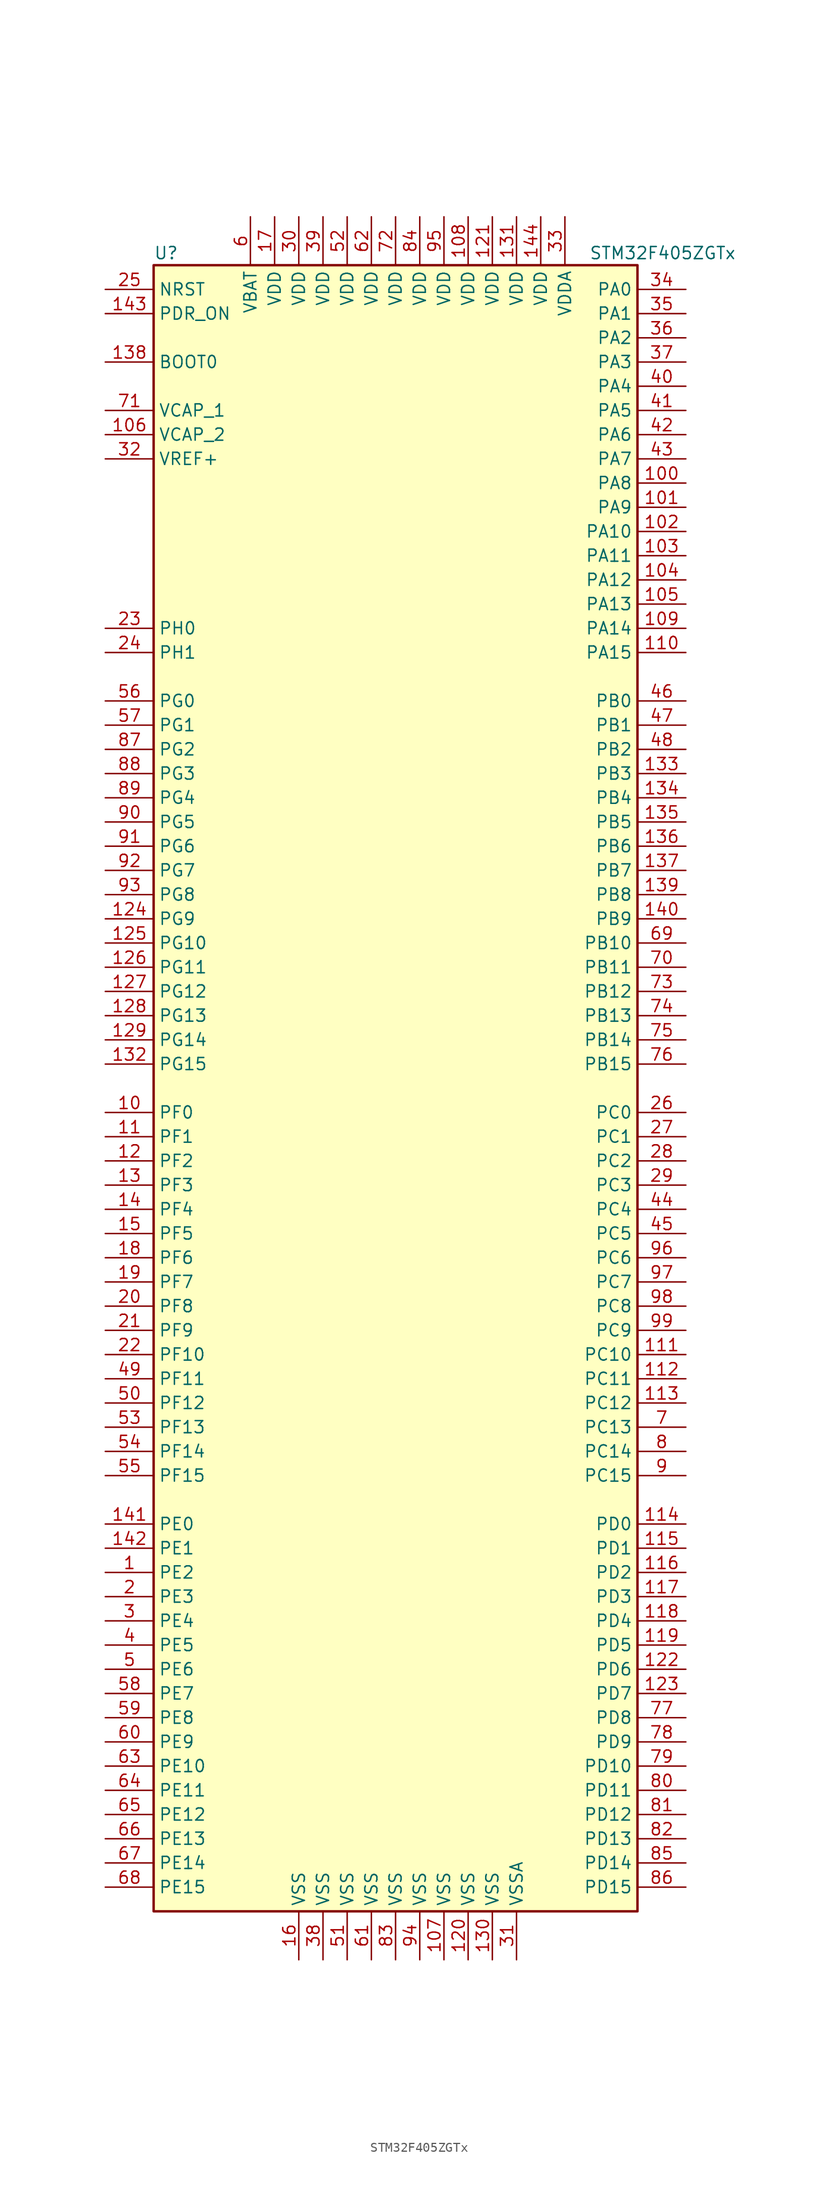
<source format=kicad_sym>
(kicad_symbol_lib
  (version 20201005)
  (generator kicad_symbol_editor)
  (symbol "STM32F405ZGTx"
    (property "Reference" "U"
      (at -25.4 87.63 0)
      (effects (font (size 1.27 1.27)) (justify left)))
    (property "Value" "STM32F405ZGTx"
      (at 20.32 87.63 0)
      (effects (font (size 1.27 1.27)) (justify left)))
    (symbol "STM32F405ZGTx_0_1"
      (rectangle (start -25.4 -86.36) (end 25.4 86.36) (stroke (width 0.254)) (fill (type background))))
    (symbol "STM32F405ZGTx_1_1"
      (pin input line (at -30.48 76.2 0) (length 5.08) (name "BOOT0" (effects (font (size 1.27 1.27)))) (number "138" (effects (font (size 1.27 1.27)))))
      (pin input line (at -30.48 83.82 0) (length 5.08) (name "NRST" (effects (font (size 1.27 1.27)))) (number "25" (effects (font (size 1.27 1.27)))))
      (pin bidirectional line (at 30.48 83.82 180) (length 5.08) (name "PA0" (effects (font (size 1.27 1.27)))) (number "34" (effects (font (size 1.27 1.27)))))
      (pin bidirectional line (at 30.48 81.28 180) (length 5.08) (name "PA1" (effects (font (size 1.27 1.27)))) (number "35" (effects (font (size 1.27 1.27)))))
      (pin bidirectional line (at 30.48 58.42 180) (length 5.08) (name "PA10" (effects (font (size 1.27 1.27)))) (number "102" (effects (font (size 1.27 1.27)))))
      (pin bidirectional line (at 30.48 55.88 180) (length 5.08) (name "PA11" (effects (font (size 1.27 1.27)))) (number "103" (effects (font (size 1.27 1.27)))))
      (pin bidirectional line (at 30.48 53.34 180) (length 5.08) (name "PA12" (effects (font (size 1.27 1.27)))) (number "104" (effects (font (size 1.27 1.27)))))
      (pin bidirectional line (at 30.48 50.8 180) (length 5.08) (name "PA13" (effects (font (size 1.27 1.27)))) (number "105" (effects (font (size 1.27 1.27)))))
      (pin bidirectional line (at 30.48 48.26 180) (length 5.08) (name "PA14" (effects (font (size 1.27 1.27)))) (number "109" (effects (font (size 1.27 1.27)))))
      (pin bidirectional line (at 30.48 45.72 180) (length 5.08) (name "PA15" (effects (font (size 1.27 1.27)))) (number "110" (effects (font (size 1.27 1.27)))))
      (pin bidirectional line (at 30.48 78.74 180) (length 5.08) (name "PA2" (effects (font (size 1.27 1.27)))) (number "36" (effects (font (size 1.27 1.27)))))
      (pin bidirectional line (at 30.48 76.2 180) (length 5.08) (name "PA3" (effects (font (size 1.27 1.27)))) (number "37" (effects (font (size 1.27 1.27)))))
      (pin bidirectional line (at 30.48 73.66 180) (length 5.08) (name "PA4" (effects (font (size 1.27 1.27)))) (number "40" (effects (font (size 1.27 1.27)))))
      (pin bidirectional line (at 30.48 71.12 180) (length 5.08) (name "PA5" (effects (font (size 1.27 1.27)))) (number "41" (effects (font (size 1.27 1.27)))))
      (pin bidirectional line (at 30.48 68.58 180) (length 5.08) (name "PA6" (effects (font (size 1.27 1.27)))) (number "42" (effects (font (size 1.27 1.27)))))
      (pin bidirectional line (at 30.48 66.04 180) (length 5.08) (name "PA7" (effects (font (size 1.27 1.27)))) (number "43" (effects (font (size 1.27 1.27)))))
      (pin bidirectional line (at 30.48 63.5 180) (length 5.08) (name "PA8" (effects (font (size 1.27 1.27)))) (number "100" (effects (font (size 1.27 1.27)))))
      (pin bidirectional line (at 30.48 60.96 180) (length 5.08) (name "PA9" (effects (font (size 1.27 1.27)))) (number "101" (effects (font (size 1.27 1.27)))))
      (pin bidirectional line (at 30.48 40.64 180) (length 5.08) (name "PB0" (effects (font (size 1.27 1.27)))) (number "46" (effects (font (size 1.27 1.27)))))
      (pin bidirectional line (at 30.48 38.1 180) (length 5.08) (name "PB1" (effects (font (size 1.27 1.27)))) (number "47" (effects (font (size 1.27 1.27)))))
      (pin bidirectional line (at 30.48 15.24 180) (length 5.08) (name "PB10" (effects (font (size 1.27 1.27)))) (number "69" (effects (font (size 1.27 1.27)))))
      (pin bidirectional line (at 30.48 12.7 180) (length 5.08) (name "PB11" (effects (font (size 1.27 1.27)))) (number "70" (effects (font (size 1.27 1.27)))))
      (pin bidirectional line (at 30.48 10.16 180) (length 5.08) (name "PB12" (effects (font (size 1.27 1.27)))) (number "73" (effects (font (size 1.27 1.27)))))
      (pin bidirectional line (at 30.48 7.62 180) (length 5.08) (name "PB13" (effects (font (size 1.27 1.27)))) (number "74" (effects (font (size 1.27 1.27)))))
      (pin bidirectional line (at 30.48 5.08 180) (length 5.08) (name "PB14" (effects (font (size 1.27 1.27)))) (number "75" (effects (font (size 1.27 1.27)))))
      (pin bidirectional line (at 30.48 2.54 180) (length 5.08) (name "PB15" (effects (font (size 1.27 1.27)))) (number "76" (effects (font (size 1.27 1.27)))))
      (pin bidirectional line (at 30.48 35.56 180) (length 5.08) (name "PB2" (effects (font (size 1.27 1.27)))) (number "48" (effects (font (size 1.27 1.27)))))
      (pin bidirectional line (at 30.48 33.02 180) (length 5.08) (name "PB3" (effects (font (size 1.27 1.27)))) (number "133" (effects (font (size 1.27 1.27)))))
      (pin bidirectional line (at 30.48 30.48 180) (length 5.08) (name "PB4" (effects (font (size 1.27 1.27)))) (number "134" (effects (font (size 1.27 1.27)))))
      (pin bidirectional line (at 30.48 27.94 180) (length 5.08) (name "PB5" (effects (font (size 1.27 1.27)))) (number "135" (effects (font (size 1.27 1.27)))))
      (pin bidirectional line (at 30.48 25.4 180) (length 5.08) (name "PB6" (effects (font (size 1.27 1.27)))) (number "136" (effects (font (size 1.27 1.27)))))
      (pin bidirectional line (at 30.48 22.86 180) (length 5.08) (name "PB7" (effects (font (size 1.27 1.27)))) (number "137" (effects (font (size 1.27 1.27)))))
      (pin bidirectional line (at 30.48 20.32 180) (length 5.08) (name "PB8" (effects (font (size 1.27 1.27)))) (number "139" (effects (font (size 1.27 1.27)))))
      (pin bidirectional line (at 30.48 17.78 180) (length 5.08) (name "PB9" (effects (font (size 1.27 1.27)))) (number "140" (effects (font (size 1.27 1.27)))))
      (pin bidirectional line (at 30.48 -2.54 180) (length 5.08) (name "PC0" (effects (font (size 1.27 1.27)))) (number "26" (effects (font (size 1.27 1.27)))))
      (pin bidirectional line (at 30.48 -5.08 180) (length 5.08) (name "PC1" (effects (font (size 1.27 1.27)))) (number "27" (effects (font (size 1.27 1.27)))))
      (pin bidirectional line (at 30.48 -27.94 180) (length 5.08) (name "PC10" (effects (font (size 1.27 1.27)))) (number "111" (effects (font (size 1.27 1.27)))))
      (pin bidirectional line (at 30.48 -30.48 180) (length 5.08) (name "PC11" (effects (font (size 1.27 1.27)))) (number "112" (effects (font (size 1.27 1.27)))))
      (pin bidirectional line (at 30.48 -33.02 180) (length 5.08) (name "PC12" (effects (font (size 1.27 1.27)))) (number "113" (effects (font (size 1.27 1.27)))))
      (pin bidirectional line (at 30.48 -35.56 180) (length 5.08) (name "PC13" (effects (font (size 1.27 1.27)))) (number "7" (effects (font (size 1.27 1.27)))))
      (pin bidirectional line (at 30.48 -38.1 180) (length 5.08) (name "PC14" (effects (font (size 1.27 1.27)))) (number "8" (effects (font (size 1.27 1.27)))))
      (pin bidirectional line (at 30.48 -40.64 180) (length 5.08) (name "PC15" (effects (font (size 1.27 1.27)))) (number "9" (effects (font (size 1.27 1.27)))))
      (pin bidirectional line (at 30.48 -7.62 180) (length 5.08) (name "PC2" (effects (font (size 1.27 1.27)))) (number "28" (effects (font (size 1.27 1.27)))))
      (pin bidirectional line (at 30.48 -10.16 180) (length 5.08) (name "PC3" (effects (font (size 1.27 1.27)))) (number "29" (effects (font (size 1.27 1.27)))))
      (pin bidirectional line (at 30.48 -12.7 180) (length 5.08) (name "PC4" (effects (font (size 1.27 1.27)))) (number "44" (effects (font (size 1.27 1.27)))))
      (pin bidirectional line (at 30.48 -15.24 180) (length 5.08) (name "PC5" (effects (font (size 1.27 1.27)))) (number "45" (effects (font (size 1.27 1.27)))))
      (pin bidirectional line (at 30.48 -17.78 180) (length 5.08) (name "PC6" (effects (font (size 1.27 1.27)))) (number "96" (effects (font (size 1.27 1.27)))))
      (pin bidirectional line (at 30.48 -20.32 180) (length 5.08) (name "PC7" (effects (font (size 1.27 1.27)))) (number "97" (effects (font (size 1.27 1.27)))))
      (pin bidirectional line (at 30.48 -22.86 180) (length 5.08) (name "PC8" (effects (font (size 1.27 1.27)))) (number "98" (effects (font (size 1.27 1.27)))))
      (pin bidirectional line (at 30.48 -25.4 180) (length 5.08) (name "PC9" (effects (font (size 1.27 1.27)))) (number "99" (effects (font (size 1.27 1.27)))))
      (pin bidirectional line (at 30.48 -45.72 180) (length 5.08) (name "PD0" (effects (font (size 1.27 1.27)))) (number "114" (effects (font (size 1.27 1.27)))))
      (pin bidirectional line (at 30.48 -48.26 180) (length 5.08) (name "PD1" (effects (font (size 1.27 1.27)))) (number "115" (effects (font (size 1.27 1.27)))))
      (pin bidirectional line (at 30.48 -71.12 180) (length 5.08) (name "PD10" (effects (font (size 1.27 1.27)))) (number "79" (effects (font (size 1.27 1.27)))))
      (pin bidirectional line (at 30.48 -73.66 180) (length 5.08) (name "PD11" (effects (font (size 1.27 1.27)))) (number "80" (effects (font (size 1.27 1.27)))))
      (pin bidirectional line (at 30.48 -76.2 180) (length 5.08) (name "PD12" (effects (font (size 1.27 1.27)))) (number "81" (effects (font (size 1.27 1.27)))))
      (pin bidirectional line (at 30.48 -78.74 180) (length 5.08) (name "PD13" (effects (font (size 1.27 1.27)))) (number "82" (effects (font (size 1.27 1.27)))))
      (pin bidirectional line (at 30.48 -81.28 180) (length 5.08) (name "PD14" (effects (font (size 1.27 1.27)))) (number "85" (effects (font (size 1.27 1.27)))))
      (pin bidirectional line (at 30.48 -83.82 180) (length 5.08) (name "PD15" (effects (font (size 1.27 1.27)))) (number "86" (effects (font (size 1.27 1.27)))))
      (pin bidirectional line (at 30.48 -50.8 180) (length 5.08) (name "PD2" (effects (font (size 1.27 1.27)))) (number "116" (effects (font (size 1.27 1.27)))))
      (pin bidirectional line (at 30.48 -53.34 180) (length 5.08) (name "PD3" (effects (font (size 1.27 1.27)))) (number "117" (effects (font (size 1.27 1.27)))))
      (pin bidirectional line (at 30.48 -55.88 180) (length 5.08) (name "PD4" (effects (font (size 1.27 1.27)))) (number "118" (effects (font (size 1.27 1.27)))))
      (pin bidirectional line (at 30.48 -58.42 180) (length 5.08) (name "PD5" (effects (font (size 1.27 1.27)))) (number "119" (effects (font (size 1.27 1.27)))))
      (pin bidirectional line (at 30.48 -60.96 180) (length 5.08) (name "PD6" (effects (font (size 1.27 1.27)))) (number "122" (effects (font (size 1.27 1.27)))))
      (pin bidirectional line (at 30.48 -63.5 180) (length 5.08) (name "PD7" (effects (font (size 1.27 1.27)))) (number "123" (effects (font (size 1.27 1.27)))))
      (pin bidirectional line (at 30.48 -66.04 180) (length 5.08) (name "PD8" (effects (font (size 1.27 1.27)))) (number "77" (effects (font (size 1.27 1.27)))))
      (pin bidirectional line (at 30.48 -68.58 180) (length 5.08) (name "PD9" (effects (font (size 1.27 1.27)))) (number "78" (effects (font (size 1.27 1.27)))))
      (pin input line (at -30.48 81.28 0) (length 5.08) (name "PDR_ON" (effects (font (size 1.27 1.27)))) (number "143" (effects (font (size 1.27 1.27)))))
      (pin bidirectional line (at -30.48 -45.72 0) (length 5.08) (name "PE0" (effects (font (size 1.27 1.27)))) (number "141" (effects (font (size 1.27 1.27)))))
      (pin bidirectional line (at -30.48 -48.26 0) (length 5.08) (name "PE1" (effects (font (size 1.27 1.27)))) (number "142" (effects (font (size 1.27 1.27)))))
      (pin bidirectional line (at -30.48 -71.12 0) (length 5.08) (name "PE10" (effects (font (size 1.27 1.27)))) (number "63" (effects (font (size 1.27 1.27)))))
      (pin bidirectional line (at -30.48 -73.66 0) (length 5.08) (name "PE11" (effects (font (size 1.27 1.27)))) (number "64" (effects (font (size 1.27 1.27)))))
      (pin bidirectional line (at -30.48 -76.2 0) (length 5.08) (name "PE12" (effects (font (size 1.27 1.27)))) (number "65" (effects (font (size 1.27 1.27)))))
      (pin bidirectional line (at -30.48 -78.74 0) (length 5.08) (name "PE13" (effects (font (size 1.27 1.27)))) (number "66" (effects (font (size 1.27 1.27)))))
      (pin bidirectional line (at -30.48 -81.28 0) (length 5.08) (name "PE14" (effects (font (size 1.27 1.27)))) (number "67" (effects (font (size 1.27 1.27)))))
      (pin bidirectional line (at -30.48 -83.82 0) (length 5.08) (name "PE15" (effects (font (size 1.27 1.27)))) (number "68" (effects (font (size 1.27 1.27)))))
      (pin bidirectional line (at -30.48 -50.8 0) (length 5.08) (name "PE2" (effects (font (size 1.27 1.27)))) (number "1" (effects (font (size 1.27 1.27)))))
      (pin bidirectional line (at -30.48 -53.34 0) (length 5.08) (name "PE3" (effects (font (size 1.27 1.27)))) (number "2" (effects (font (size 1.27 1.27)))))
      (pin bidirectional line (at -30.48 -55.88 0) (length 5.08) (name "PE4" (effects (font (size 1.27 1.27)))) (number "3" (effects (font (size 1.27 1.27)))))
      (pin bidirectional line (at -30.48 -58.42 0) (length 5.08) (name "PE5" (effects (font (size 1.27 1.27)))) (number "4" (effects (font (size 1.27 1.27)))))
      (pin bidirectional line (at -30.48 -60.96 0) (length 5.08) (name "PE6" (effects (font (size 1.27 1.27)))) (number "5" (effects (font (size 1.27 1.27)))))
      (pin bidirectional line (at -30.48 -63.5 0) (length 5.08) (name "PE7" (effects (font (size 1.27 1.27)))) (number "58" (effects (font (size 1.27 1.27)))))
      (pin bidirectional line (at -30.48 -66.04 0) (length 5.08) (name "PE8" (effects (font (size 1.27 1.27)))) (number "59" (effects (font (size 1.27 1.27)))))
      (pin bidirectional line (at -30.48 -68.58 0) (length 5.08) (name "PE9" (effects (font (size 1.27 1.27)))) (number "60" (effects (font (size 1.27 1.27)))))
      (pin bidirectional line (at -30.48 -2.54 0) (length 5.08) (name "PF0" (effects (font (size 1.27 1.27)))) (number "10" (effects (font (size 1.27 1.27)))))
      (pin bidirectional line (at -30.48 -5.08 0) (length 5.08) (name "PF1" (effects (font (size 1.27 1.27)))) (number "11" (effects (font (size 1.27 1.27)))))
      (pin bidirectional line (at -30.48 -27.94 0) (length 5.08) (name "PF10" (effects (font (size 1.27 1.27)))) (number "22" (effects (font (size 1.27 1.27)))))
      (pin bidirectional line (at -30.48 -30.48 0) (length 5.08) (name "PF11" (effects (font (size 1.27 1.27)))) (number "49" (effects (font (size 1.27 1.27)))))
      (pin bidirectional line (at -30.48 -33.02 0) (length 5.08) (name "PF12" (effects (font (size 1.27 1.27)))) (number "50" (effects (font (size 1.27 1.27)))))
      (pin bidirectional line (at -30.48 -35.56 0) (length 5.08) (name "PF13" (effects (font (size 1.27 1.27)))) (number "53" (effects (font (size 1.27 1.27)))))
      (pin bidirectional line (at -30.48 -38.1 0) (length 5.08) (name "PF14" (effects (font (size 1.27 1.27)))) (number "54" (effects (font (size 1.27 1.27)))))
      (pin bidirectional line (at -30.48 -40.64 0) (length 5.08) (name "PF15" (effects (font (size 1.27 1.27)))) (number "55" (effects (font (size 1.27 1.27)))))
      (pin bidirectional line (at -30.48 -7.62 0) (length 5.08) (name "PF2" (effects (font (size 1.27 1.27)))) (number "12" (effects (font (size 1.27 1.27)))))
      (pin bidirectional line (at -30.48 -10.16 0) (length 5.08) (name "PF3" (effects (font (size 1.27 1.27)))) (number "13" (effects (font (size 1.27 1.27)))))
      (pin bidirectional line (at -30.48 -12.7 0) (length 5.08) (name "PF4" (effects (font (size 1.27 1.27)))) (number "14" (effects (font (size 1.27 1.27)))))
      (pin bidirectional line (at -30.48 -15.24 0) (length 5.08) (name "PF5" (effects (font (size 1.27 1.27)))) (number "15" (effects (font (size 1.27 1.27)))))
      (pin bidirectional line (at -30.48 -17.78 0) (length 5.08) (name "PF6" (effects (font (size 1.27 1.27)))) (number "18" (effects (font (size 1.27 1.27)))))
      (pin bidirectional line (at -30.48 -20.32 0) (length 5.08) (name "PF7" (effects (font (size 1.27 1.27)))) (number "19" (effects (font (size 1.27 1.27)))))
      (pin bidirectional line (at -30.48 -22.86 0) (length 5.08) (name "PF8" (effects (font (size 1.27 1.27)))) (number "20" (effects (font (size 1.27 1.27)))))
      (pin bidirectional line (at -30.48 -25.4 0) (length 5.08) (name "PF9" (effects (font (size 1.27 1.27)))) (number "21" (effects (font (size 1.27 1.27)))))
      (pin bidirectional line (at -30.48 40.64 0) (length 5.08) (name "PG0" (effects (font (size 1.27 1.27)))) (number "56" (effects (font (size 1.27 1.27)))))
      (pin bidirectional line (at -30.48 38.1 0) (length 5.08) (name "PG1" (effects (font (size 1.27 1.27)))) (number "57" (effects (font (size 1.27 1.27)))))
      (pin bidirectional line (at -30.48 15.24 0) (length 5.08) (name "PG10" (effects (font (size 1.27 1.27)))) (number "125" (effects (font (size 1.27 1.27)))))
      (pin bidirectional line (at -30.48 12.7 0) (length 5.08) (name "PG11" (effects (font (size 1.27 1.27)))) (number "126" (effects (font (size 1.27 1.27)))))
      (pin bidirectional line (at -30.48 10.16 0) (length 5.08) (name "PG12" (effects (font (size 1.27 1.27)))) (number "127" (effects (font (size 1.27 1.27)))))
      (pin bidirectional line (at -30.48 7.62 0) (length 5.08) (name "PG13" (effects (font (size 1.27 1.27)))) (number "128" (effects (font (size 1.27 1.27)))))
      (pin bidirectional line (at -30.48 5.08 0) (length 5.08) (name "PG14" (effects (font (size 1.27 1.27)))) (number "129" (effects (font (size 1.27 1.27)))))
      (pin bidirectional line (at -30.48 2.54 0) (length 5.08) (name "PG15" (effects (font (size 1.27 1.27)))) (number "132" (effects (font (size 1.27 1.27)))))
      (pin bidirectional line (at -30.48 35.56 0) (length 5.08) (name "PG2" (effects (font (size 1.27 1.27)))) (number "87" (effects (font (size 1.27 1.27)))))
      (pin bidirectional line (at -30.48 33.02 0) (length 5.08) (name "PG3" (effects (font (size 1.27 1.27)))) (number "88" (effects (font (size 1.27 1.27)))))
      (pin bidirectional line (at -30.48 30.48 0) (length 5.08) (name "PG4" (effects (font (size 1.27 1.27)))) (number "89" (effects (font (size 1.27 1.27)))))
      (pin bidirectional line (at -30.48 27.94 0) (length 5.08) (name "PG5" (effects (font (size 1.27 1.27)))) (number "90" (effects (font (size 1.27 1.27)))))
      (pin bidirectional line (at -30.48 25.4 0) (length 5.08) (name "PG6" (effects (font (size 1.27 1.27)))) (number "91" (effects (font (size 1.27 1.27)))))
      (pin bidirectional line (at -30.48 22.86 0) (length 5.08) (name "PG7" (effects (font (size 1.27 1.27)))) (number "92" (effects (font (size 1.27 1.27)))))
      (pin bidirectional line (at -30.48 20.32 0) (length 5.08) (name "PG8" (effects (font (size 1.27 1.27)))) (number "93" (effects (font (size 1.27 1.27)))))
      (pin bidirectional line (at -30.48 17.78 0) (length 5.08) (name "PG9" (effects (font (size 1.27 1.27)))) (number "124" (effects (font (size 1.27 1.27)))))
      (pin input line (at -30.48 48.26 0) (length 5.08) (name "PH0" (effects (font (size 1.27 1.27)))) (number "23" (effects (font (size 1.27 1.27)))))
      (pin input line (at -30.48 45.72 0) (length 5.08) (name "PH1" (effects (font (size 1.27 1.27)))) (number "24" (effects (font (size 1.27 1.27)))))
      (pin power_in line (at -15.24 91.44 270) (length 5.08) (name "VBAT" (effects (font (size 1.27 1.27)))) (number "6" (effects (font (size 1.27 1.27)))))
      (pin power_in line (at -30.48 71.12 0) (length 5.08) (name "VCAP_1" (effects (font (size 1.27 1.27)))) (number "71" (effects (font (size 1.27 1.27)))))
      (pin power_in line (at -30.48 68.58 0) (length 5.08) (name "VCAP_2" (effects (font (size 1.27 1.27)))) (number "106" (effects (font (size 1.27 1.27)))))
      (pin power_in line (at 7.62 91.44 270) (length 5.08) (name "VDD" (effects (font (size 1.27 1.27)))) (number "108" (effects (font (size 1.27 1.27)))))
      (pin power_in line (at 10.16 91.44 270) (length 5.08) (name "VDD" (effects (font (size 1.27 1.27)))) (number "121" (effects (font (size 1.27 1.27)))))
      (pin power_in line (at 12.7 91.44 270) (length 5.08) (name "VDD" (effects (font (size 1.27 1.27)))) (number "131" (effects (font (size 1.27 1.27)))))
      (pin power_in line (at 15.24 91.44 270) (length 5.08) (name "VDD" (effects (font (size 1.27 1.27)))) (number "144" (effects (font (size 1.27 1.27)))))
      (pin power_in line (at -12.7 91.44 270) (length 5.08) (name "VDD" (effects (font (size 1.27 1.27)))) (number "17" (effects (font (size 1.27 1.27)))))
      (pin power_in line (at -10.16 91.44 270) (length 5.08) (name "VDD" (effects (font (size 1.27 1.27)))) (number "30" (effects (font (size 1.27 1.27)))))
      (pin power_in line (at -7.62 91.44 270) (length 5.08) (name "VDD" (effects (font (size 1.27 1.27)))) (number "39" (effects (font (size 1.27 1.27)))))
      (pin power_in line (at -5.08 91.44 270) (length 5.08) (name "VDD" (effects (font (size 1.27 1.27)))) (number "52" (effects (font (size 1.27 1.27)))))
      (pin power_in line (at -2.54 91.44 270) (length 5.08) (name "VDD" (effects (font (size 1.27 1.27)))) (number "62" (effects (font (size 1.27 1.27)))))
      (pin power_in line (at 0 91.44 270) (length 5.08) (name "VDD" (effects (font (size 1.27 1.27)))) (number "72" (effects (font (size 1.27 1.27)))))
      (pin power_in line (at 2.54 91.44 270) (length 5.08) (name "VDD" (effects (font (size 1.27 1.27)))) (number "84" (effects (font (size 1.27 1.27)))))
      (pin power_in line (at 5.08 91.44 270) (length 5.08) (name "VDD" (effects (font (size 1.27 1.27)))) (number "95" (effects (font (size 1.27 1.27)))))
      (pin power_in line (at 17.78 91.44 270) (length 5.08) (name "VDDA" (effects (font (size 1.27 1.27)))) (number "33" (effects (font (size 1.27 1.27)))))
      (pin power_in line (at -30.48 66.04 0) (length 5.08) (name "VREF+" (effects (font (size 1.27 1.27)))) (number "32" (effects (font (size 1.27 1.27)))))
      (pin power_in line (at 5.08 -91.44 90) (length 5.08) (name "VSS" (effects (font (size 1.27 1.27)))) (number "107" (effects (font (size 1.27 1.27)))))
      (pin power_in line (at 7.62 -91.44 90) (length 5.08) (name "VSS" (effects (font (size 1.27 1.27)))) (number "120" (effects (font (size 1.27 1.27)))))
      (pin power_in line (at 10.16 -91.44 90) (length 5.08) (name "VSS" (effects (font (size 1.27 1.27)))) (number "130" (effects (font (size 1.27 1.27)))))
      (pin power_in line (at -10.16 -91.44 90) (length 5.08) (name "VSS" (effects (font (size 1.27 1.27)))) (number "16" (effects (font (size 1.27 1.27)))))
      (pin power_in line (at -7.62 -91.44 90) (length 5.08) (name "VSS" (effects (font (size 1.27 1.27)))) (number "38" (effects (font (size 1.27 1.27)))))
      (pin power_in line (at -5.08 -91.44 90) (length 5.08) (name "VSS" (effects (font (size 1.27 1.27)))) (number "51" (effects (font (size 1.27 1.27)))))
      (pin power_in line (at -2.54 -91.44 90) (length 5.08) (name "VSS" (effects (font (size 1.27 1.27)))) (number "61" (effects (font (size 1.27 1.27)))))
      (pin power_in line (at 0 -91.44 90) (length 5.08) (name "VSS" (effects (font (size 1.27 1.27)))) (number "83" (effects (font (size 1.27 1.27)))))
      (pin power_in line (at 2.54 -91.44 90) (length 5.08) (name "VSS" (effects (font (size 1.27 1.27)))) (number "94" (effects (font (size 1.27 1.27)))))
      (pin power_in line (at 12.7 -91.44 90) (length 5.08) (name "VSSA" (effects (font (size 1.27 1.27)))) (number "31" (effects (font (size 1.27 1.27))))))))
</source>
